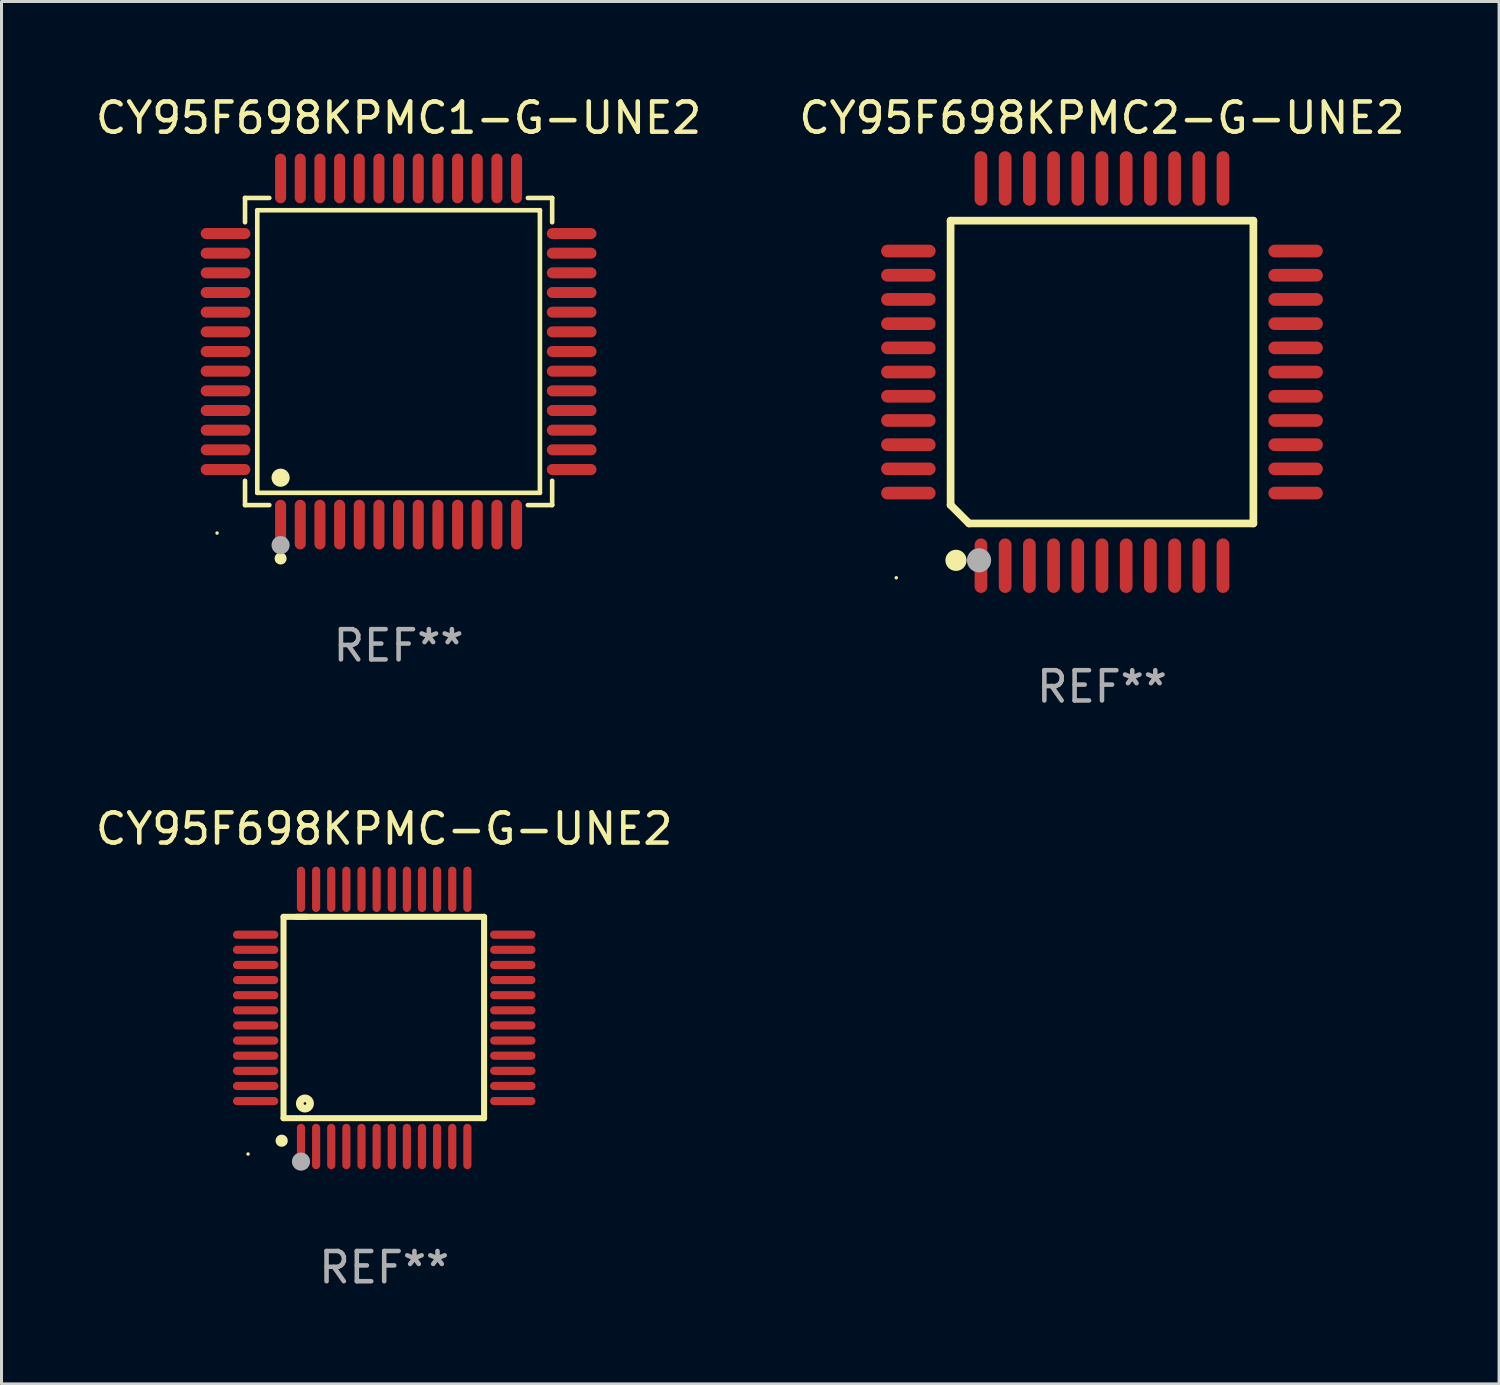
<source format=kicad_pcb>
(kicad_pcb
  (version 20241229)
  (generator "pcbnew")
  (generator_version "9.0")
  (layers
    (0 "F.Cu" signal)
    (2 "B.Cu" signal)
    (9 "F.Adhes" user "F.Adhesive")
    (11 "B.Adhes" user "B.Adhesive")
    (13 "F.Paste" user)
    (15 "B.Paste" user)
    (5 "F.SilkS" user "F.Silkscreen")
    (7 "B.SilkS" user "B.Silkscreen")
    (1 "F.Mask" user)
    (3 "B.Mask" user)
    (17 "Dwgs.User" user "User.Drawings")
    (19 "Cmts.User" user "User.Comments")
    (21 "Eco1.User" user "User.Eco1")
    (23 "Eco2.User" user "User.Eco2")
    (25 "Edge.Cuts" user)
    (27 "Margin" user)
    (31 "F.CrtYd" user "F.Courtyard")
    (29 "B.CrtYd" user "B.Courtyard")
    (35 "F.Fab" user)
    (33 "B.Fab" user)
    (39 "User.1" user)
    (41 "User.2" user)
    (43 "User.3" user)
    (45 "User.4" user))
  (footprint "CY95F698KPMC-G-UNE2"
    (layer "F.Cu")
    (at 9.649 30.595)
    (property "Reference" "CY95F698KPMC-G-UNE2" (at 0 -6.25 0) (layer "F.SilkS") (effects (font (size 1 1) (thickness 0.15))))
    (attr through_hole)
    (fp_line (start -3.327 -3.34) (end -2.565 -3.34) (stroke (width 0.2) (type solid)) (layer "F.SilkS"))
    (fp_line (start -3.327 3.315) (end -3.327 -3.34) (stroke (width 0.2) (type solid)) (layer "F.SilkS"))
    (fp_line (start -2.896 -3.34) (end 3.302 -3.34) (stroke (width 0.2) (type solid)) (layer "F.SilkS"))
    (fp_line (start 3.302 -3.34) (end 3.302 3.315) (stroke (width 0.2) (type solid)) (layer "F.SilkS"))
    (fp_line (start 3.302 3.315) (end -3.327 3.315) (stroke (width 0.2) (type solid)) (layer "F.SilkS"))
    (fp_arc (start -3.389992 4.059995) (mid -3.388722 4.059991) (end -3.387452 4.059995) (stroke (width 0.4) (type solid)) (layer "F.SilkS"))
    (fp_circle (center -4.5 4.5) (end -4.47 4.5) (stroke (width 0.06) (type solid)) (fill no) (layer "F.SilkS"))
    (fp_circle (center -2.62 2.83) (end -2.45 2.83) (stroke (width 0.254) (type solid)) (fill no) (layer "F.SilkS"))
    (fp_circle (center -2.75 4.75) (end -2.6 4.75) (stroke (width 0.3) (type solid)) (fill no) (layer "F.Fab"))
    (fp_text user "REF**" (at 0 8.25 0) (layer "F.Fab") (effects (font (size 1 1) (thickness 0.15))))
    (pad "1" smd oval (at -2.75 4.25) (size 0.27 1.5) (layers "F.Cu" "F.Mask" "F.Paste"))
    (pad "2" smd oval (at -2.25 4.25) (size 0.27 1.5) (layers "F.Cu" "F.Mask" "F.Paste"))
    (pad "3" smd oval (at -1.75 4.25) (size 0.27 1.5) (layers "F.Cu" "F.Mask" "F.Paste"))
    (pad "4" smd oval (at -1.25 4.25) (size 0.27 1.5) (layers "F.Cu" "F.Mask" "F.Paste"))
    (pad "5" smd oval (at -0.75 4.25) (size 0.27 1.5) (layers "F.Cu" "F.Mask" "F.Paste"))
    (pad "6" smd oval (at -0.25 4.25) (size 0.27 1.5) (layers "F.Cu" "F.Mask" "F.Paste"))
    (pad "7" smd oval (at 0.25 4.25) (size 0.27 1.5) (layers "F.Cu" "F.Mask" "F.Paste"))
    (pad "8" smd oval (at 0.75 4.25) (size 0.27 1.5) (layers "F.Cu" "F.Mask" "F.Paste"))
    (pad "9" smd oval (at 1.25 4.25) (size 0.27 1.5) (layers "F.Cu" "F.Mask" "F.Paste"))
    (pad "10" smd oval (at 1.75 4.25) (size 0.27 1.5) (layers "F.Cu" "F.Mask" "F.Paste"))
    (pad "11" smd oval (at 2.25 4.25) (size 0.27 1.5) (layers "F.Cu" "F.Mask" "F.Paste"))
    (pad "12" smd oval (at 2.75 4.25) (size 0.27 1.5) (layers "F.Cu" "F.Mask" "F.Paste"))
    (pad "13" smd oval (at 4.25 2.75) (size 1.5 0.27) (layers "F.Cu" "F.Mask" "F.Paste"))
    (pad "14" smd oval (at 4.25 2.25) (size 1.5 0.27) (layers "F.Cu" "F.Mask" "F.Paste"))
    (pad "15" smd oval (at 4.25 1.75) (size 1.5 0.27) (layers "F.Cu" "F.Mask" "F.Paste"))
    (pad "16" smd oval (at 4.25 1.25) (size 1.5 0.27) (layers "F.Cu" "F.Mask" "F.Paste"))
    (pad "17" smd oval (at 4.25 0.75) (size 1.5 0.27) (layers "F.Cu" "F.Mask" "F.Paste"))
    (pad "18" smd oval (at 4.25 0.25) (size 1.5 0.27) (layers "F.Cu" "F.Mask" "F.Paste"))
    (pad "19" smd oval (at 4.25 -0.25) (size 1.5 0.27) (layers "F.Cu" "F.Mask" "F.Paste"))
    (pad "20" smd oval (at 4.25 -0.75) (size 1.5 0.27) (layers "F.Cu" "F.Mask" "F.Paste"))
    (pad "21" smd oval (at 4.25 -1.25) (size 1.5 0.27) (layers "F.Cu" "F.Mask" "F.Paste"))
    (pad "22" smd oval (at 4.25 -1.75) (size 1.5 0.27) (layers "F.Cu" "F.Mask" "F.Paste"))
    (pad "23" smd oval (at 4.25 -2.25) (size 1.5 0.27) (layers "F.Cu" "F.Mask" "F.Paste"))
    (pad "24" smd oval (at 4.25 -2.75) (size 1.5 0.27) (layers "F.Cu" "F.Mask" "F.Paste"))
    (pad "25" smd oval (at 2.75 -4.25) (size 0.27 1.5) (layers "F.Cu" "F.Mask" "F.Paste"))
    (pad "26" smd oval (at 2.25 -4.25) (size 0.27 1.5) (layers "F.Cu" "F.Mask" "F.Paste"))
    (pad "27" smd oval (at 1.75 -4.25) (size 0.27 1.5) (layers "F.Cu" "F.Mask" "F.Paste"))
    (pad "28" smd oval (at 1.25 -4.25) (size 0.27 1.5) (layers "F.Cu" "F.Mask" "F.Paste"))
    (pad "29" smd oval (at 0.75 -4.25) (size 0.27 1.5) (layers "F.Cu" "F.Mask" "F.Paste"))
    (pad "30" smd oval (at 0.25 -4.25) (size 0.27 1.5) (layers "F.Cu" "F.Mask" "F.Paste"))
    (pad "31" smd oval (at -0.25 -4.25) (size 0.27 1.5) (layers "F.Cu" "F.Mask" "F.Paste"))
    (pad "32" smd oval (at -0.75 -4.25) (size 0.27 1.5) (layers "F.Cu" "F.Mask" "F.Paste"))
    (pad "33" smd oval (at -1.25 -4.25) (size 0.27 1.5) (layers "F.Cu" "F.Mask" "F.Paste"))
    (pad "34" smd oval (at -1.75 -4.25) (size 0.27 1.5) (layers "F.Cu" "F.Mask" "F.Paste"))
    (pad "35" smd oval (at -2.25 -4.25) (size 0.27 1.5) (layers "F.Cu" "F.Mask" "F.Paste"))
    (pad "36" smd oval (at -2.75 -4.25) (size 0.27 1.5) (layers "F.Cu" "F.Mask" "F.Paste"))
    (pad "37" smd oval (at -4.25 -2.75) (size 1.5 0.27) (layers "F.Cu" "F.Mask" "F.Paste"))
    (pad "38" smd oval (at -4.25 -2.25) (size 1.5 0.27) (layers "F.Cu" "F.Mask" "F.Paste"))
    (pad "39" smd oval (at -4.25 -1.75) (size 1.5 0.27) (layers "F.Cu" "F.Mask" "F.Paste"))
    (pad "40" smd oval (at -4.25 -1.25) (size 1.5 0.27) (layers "F.Cu" "F.Mask" "F.Paste"))
    (pad "41" smd oval (at -4.25 -0.75) (size 1.5 0.27) (layers "F.Cu" "F.Mask" "F.Paste"))
    (pad "42" smd oval (at -4.25 -0.25) (size 1.5 0.27) (layers "F.Cu" "F.Mask" "F.Paste"))
    (pad "43" smd oval (at -4.25 0.25) (size 1.5 0.27) (layers "F.Cu" "F.Mask" "F.Paste"))
    (pad "44" smd oval (at -4.25 0.75) (size 1.5 0.27) (layers "F.Cu" "F.Mask" "F.Paste"))
    (pad "45" smd oval (at -4.25 1.25) (size 1.5 0.27) (layers "F.Cu" "F.Mask" "F.Paste"))
    (pad "46" smd oval (at -4.25 1.75) (size 1.5 0.27) (layers "F.Cu" "F.Mask" "F.Paste"))
    (pad "47" smd oval (at -4.25 2.25) (size 1.5 0.27) (layers "F.Cu" "F.Mask" "F.Paste"))
    (pad "48" smd oval (at -4.25 2.75) (size 1.5 0.27) (layers "F.Cu" "F.Mask" "F.Paste")))
  (footprint "CY95F698KPMC1-G-UNE2"
    (layer "F.Cu")
    (at 10.125 8.569)
    (property "Reference" "CY95F698KPMC1-G-UNE2" (at 0 -7.721 0) (layer "F.SilkS") (effects (font (size 1 1) (thickness 0.15))))
    (attr through_hole)
    (fp_line (start -5.076 -5.076) (end -4.273 -5.076) (stroke (width 0.152) (type solid)) (layer "F.SilkS"))
    (fp_line (start -5.076 -4.273) (end -5.076 -5.076) (stroke (width 0.152) (type solid)) (layer "F.SilkS"))
    (fp_line (start -5.076 4.273) (end -5.076 5.076) (stroke (width 0.152) (type solid)) (layer "F.SilkS"))
    (fp_line (start -5.076 5.076) (end -4.273 5.076) (stroke (width 0.152) (type solid)) (layer "F.SilkS"))
    (fp_line (start -4.671 -4.671) (end 4.671 -4.671) (stroke (width 0.152) (type solid)) (layer "F.SilkS"))
    (fp_line (start -4.671 4.671) (end -4.671 -4.671) (stroke (width 0.152) (type solid)) (layer "F.SilkS"))
    (fp_line (start 4.671 -4.671) (end 4.671 4.671) (stroke (width 0.152) (type solid)) (layer "F.SilkS"))
    (fp_line (start 4.671 4.671) (end -4.671 4.671) (stroke (width 0.152) (type solid)) (layer "F.SilkS"))
    (fp_line (start 5.076 -5.076) (end 4.273 -5.076) (stroke (width 0.152) (type solid)) (layer "F.SilkS"))
    (fp_line (start 5.076 -4.273) (end 5.076 -5.076) (stroke (width 0.152) (type solid)) (layer "F.SilkS"))
    (fp_line (start 5.076 4.273) (end 5.076 5.076) (stroke (width 0.152) (type solid)) (layer "F.SilkS"))
    (fp_line (start 5.076 5.076) (end 4.273 5.076) (stroke (width 0.152) (type solid)) (layer "F.SilkS"))
    (fp_circle (center -6 6) (end -5.97 6) (stroke (width 0.06) (type solid)) (fill no) (layer "F.SilkS"))
    (fp_circle (center -3.9 4.171) (end -3.75 4.171) (stroke (width 0.3) (type solid)) (fill no) (layer "F.SilkS"))
    (fp_circle (center -3.9 6.842) (end -3.8 6.842) (stroke (width 0.2) (type solid)) (fill no) (layer "F.SilkS"))
    (fp_circle (center -3.9 6.4) (end -3.75 6.4) (stroke (width 0.3) (type solid)) (fill no) (layer "F.Fab"))
    (fp_text user "REF**" (at 0 9.721 0) (layer "F.Fab") (effects (font (size 1 1) (thickness 0.15))))
    (pad "1" smd oval (at -3.9 5.721) (size 0.364 1.642) (layers "F.Cu" "F.Mask" "F.Paste"))
    (pad "2" smd oval (at -3.25 5.721) (size 0.364 1.642) (layers "F.Cu" "F.Mask" "F.Paste"))
    (pad "3" smd oval (at -2.6 5.721) (size 0.364 1.642) (layers "F.Cu" "F.Mask" "F.Paste"))
    (pad "4" smd oval (at -1.95 5.721) (size 0.364 1.642) (layers "F.Cu" "F.Mask" "F.Paste"))
    (pad "5" smd oval (at -1.3 5.721) (size 0.364 1.642) (layers "F.Cu" "F.Mask" "F.Paste"))
    (pad "6" smd oval (at -0.65 5.721) (size 0.364 1.642) (layers "F.Cu" "F.Mask" "F.Paste"))
    (pad "7" smd oval (at 0 5.721) (size 0.364 1.642) (layers "F.Cu" "F.Mask" "F.Paste"))
    (pad "8" smd oval (at 0.65 5.721) (size 0.364 1.642) (layers "F.Cu" "F.Mask" "F.Paste"))
    (pad "9" smd oval (at 1.3 5.721) (size 0.364 1.642) (layers "F.Cu" "F.Mask" "F.Paste"))
    (pad "10" smd oval (at 1.95 5.721) (size 0.364 1.642) (layers "F.Cu" "F.Mask" "F.Paste"))
    (pad "11" smd oval (at 2.6 5.721) (size 0.364 1.642) (layers "F.Cu" "F.Mask" "F.Paste"))
    (pad "12" smd oval (at 3.25 5.721) (size 0.364 1.642) (layers "F.Cu" "F.Mask" "F.Paste"))
    (pad "13" smd oval (at 3.9 5.721) (size 0.364 1.642) (layers "F.Cu" "F.Mask" "F.Paste"))
    (pad "14" smd oval (at 5.721 3.9) (size 1.642 0.364) (layers "F.Cu" "F.Mask" "F.Paste"))
    (pad "15" smd oval (at 5.721 3.25) (size 1.642 0.364) (layers "F.Cu" "F.Mask" "F.Paste"))
    (pad "16" smd oval (at 5.721 2.6) (size 1.642 0.364) (layers "F.Cu" "F.Mask" "F.Paste"))
    (pad "17" smd oval (at 5.721 1.95) (size 1.642 0.364) (layers "F.Cu" "F.Mask" "F.Paste"))
    (pad "18" smd oval (at 5.721 1.3) (size 1.642 0.364) (layers "F.Cu" "F.Mask" "F.Paste"))
    (pad "19" smd oval (at 5.721 0.65) (size 1.642 0.364) (layers "F.Cu" "F.Mask" "F.Paste"))
    (pad "20" smd oval (at 5.721 0) (size 1.642 0.364) (layers "F.Cu" "F.Mask" "F.Paste"))
    (pad "21" smd oval (at 5.721 -0.65) (size 1.642 0.364) (layers "F.Cu" "F.Mask" "F.Paste"))
    (pad "22" smd oval (at 5.721 -1.3) (size 1.642 0.364) (layers "F.Cu" "F.Mask" "F.Paste"))
    (pad "23" smd oval (at 5.721 -1.95) (size 1.642 0.364) (layers "F.Cu" "F.Mask" "F.Paste"))
    (pad "24" smd oval (at 5.721 -2.6) (size 1.642 0.364) (layers "F.Cu" "F.Mask" "F.Paste"))
    (pad "25" smd oval (at 5.721 -3.25) (size 1.642 0.364) (layers "F.Cu" "F.Mask" "F.Paste"))
    (pad "26" smd oval (at 5.721 -3.9) (size 1.642 0.364) (layers "F.Cu" "F.Mask" "F.Paste"))
    (pad "27" smd oval (at 3.9 -5.721) (size 0.364 1.642) (layers "F.Cu" "F.Mask" "F.Paste"))
    (pad "28" smd oval (at 3.25 -5.721) (size 0.364 1.642) (layers "F.Cu" "F.Mask" "F.Paste"))
    (pad "29" smd oval (at 2.6 -5.721) (size 0.364 1.642) (layers "F.Cu" "F.Mask" "F.Paste"))
    (pad "30" smd oval (at 1.95 -5.721) (size 0.364 1.642) (layers "F.Cu" "F.Mask" "F.Paste"))
    (pad "31" smd oval (at 1.3 -5.721) (size 0.364 1.642) (layers "F.Cu" "F.Mask" "F.Paste"))
    (pad "32" smd oval (at 0.65 -5.721) (size 0.364 1.642) (layers "F.Cu" "F.Mask" "F.Paste"))
    (pad "33" smd oval (at 0 -5.721) (size 0.364 1.642) (layers "F.Cu" "F.Mask" "F.Paste"))
    (pad "34" smd oval (at -0.65 -5.721) (size 0.364 1.642) (layers "F.Cu" "F.Mask" "F.Paste"))
    (pad "35" smd oval (at -1.3 -5.721) (size 0.364 1.642) (layers "F.Cu" "F.Mask" "F.Paste"))
    (pad "36" smd oval (at -1.95 -5.721) (size 0.364 1.642) (layers "F.Cu" "F.Mask" "F.Paste"))
    (pad "37" smd oval (at -2.6 -5.721) (size 0.364 1.642) (layers "F.Cu" "F.Mask" "F.Paste"))
    (pad "38" smd oval (at -3.25 -5.721) (size 0.364 1.642) (layers "F.Cu" "F.Mask" "F.Paste"))
    (pad "39" smd oval (at -3.9 -5.721) (size 0.364 1.642) (layers "F.Cu" "F.Mask" "F.Paste"))
    (pad "40" smd oval (at -5.721 -3.9) (size 1.642 0.364) (layers "F.Cu" "F.Mask" "F.Paste"))
    (pad "41" smd oval (at -5.721 -3.25) (size 1.642 0.364) (layers "F.Cu" "F.Mask" "F.Paste"))
    (pad "42" smd oval (at -5.721 -2.6) (size 1.642 0.364) (layers "F.Cu" "F.Mask" "F.Paste"))
    (pad "43" smd oval (at -5.721 -1.95) (size 1.642 0.364) (layers "F.Cu" "F.Mask" "F.Paste"))
    (pad "44" smd oval (at -5.721 -1.3) (size 1.642 0.364) (layers "F.Cu" "F.Mask" "F.Paste"))
    (pad "45" smd oval (at -5.721 -0.65) (size 1.642 0.364) (layers "F.Cu" "F.Mask" "F.Paste"))
    (pad "46" smd oval (at -5.721 0) (size 1.642 0.364) (layers "F.Cu" "F.Mask" "F.Paste"))
    (pad "47" smd oval (at -5.721 0.65) (size 1.642 0.364) (layers "F.Cu" "F.Mask" "F.Paste"))
    (pad "48" smd oval (at -5.721 1.3) (size 1.642 0.364) (layers "F.Cu" "F.Mask" "F.Paste"))
    (pad "49" smd oval (at -5.721 1.95) (size 1.642 0.364) (layers "F.Cu" "F.Mask" "F.Paste"))
    (pad "50" smd oval (at -5.721 2.6) (size 1.642 0.364) (layers "F.Cu" "F.Mask" "F.Paste"))
    (pad "51" smd oval (at -5.721 3.25) (size 1.642 0.364) (layers "F.Cu" "F.Mask" "F.Paste"))
    (pad "52" smd oval (at -5.721 3.9) (size 1.642 0.364) (layers "F.Cu" "F.Mask" "F.Paste")))
  (footprint "CY95F698KPMC2-G-UNE2"
    (layer "F.Cu")
    (at 33.375 9.248)
    (property "Reference" "CY95F698KPMC2-G-UNE2" (at 0 -8.4 0) (layer "F.SilkS") (effects (font (size 1 1) (thickness 0.15))))
    (attr through_hole)
    (fp_line (start -5.004 -5.004) (end 5.004 -5.004) (stroke (width 0.254) (type solid)) (layer "F.SilkS"))
    (fp_line (start -5.004 4.394) (end -5.004 -5.004) (stroke (width 0.254) (type solid)) (layer "F.SilkS"))
    (fp_line (start -5.004 4.394) (end -4.394 5.004) (stroke (width 0.254) (type solid)) (layer "F.SilkS"))
    (fp_line (start -4.394 5.004) (end 5.004 5.004) (stroke (width 0.254) (type solid)) (layer "F.SilkS"))
    (fp_line (start 5.004 -5.004) (end 5.004 5.004) (stroke (width 0.254) (type solid)) (layer "F.SilkS"))
    (fp_circle (center -6.8 6.8) (end -6.77 6.8) (stroke (width 0.06) (type solid)) (fill no) (layer "F.SilkS"))
    (fp_circle (center -4.826 6.223) (end -4.651 6.223) (stroke (width 0.35) (type solid)) (fill no) (layer "F.SilkS"))
    (fp_circle (center -4.064 6.223) (end -3.864 6.223) (stroke (width 0.4) (type solid)) (fill no) (layer "F.Fab"))
    (fp_text user "REF**" (at 0 10.4 0) (layer "F.Fab") (effects (font (size 1 1) (thickness 0.15))))
    (pad "1" smd oval (at -4 6.4) (size 0.42 1.8) (layers "F.Cu" "F.Mask" "F.Paste"))
    (pad "2" smd oval (at -3.2 6.4) (size 0.42 1.8) (layers "F.Cu" "F.Mask" "F.Paste"))
    (pad "3" smd oval (at -2.4 6.4) (size 0.42 1.8) (layers "F.Cu" "F.Mask" "F.Paste"))
    (pad "4" smd oval (at -1.6 6.4) (size 0.42 1.8) (layers "F.Cu" "F.Mask" "F.Paste"))
    (pad "5" smd oval (at -0.8 6.4) (size 0.42 1.8) (layers "F.Cu" "F.Mask" "F.Paste"))
    (pad "6" smd oval (at 0 6.4) (size 0.42 1.8) (layers "F.Cu" "F.Mask" "F.Paste"))
    (pad "7" smd oval (at 0.8 6.4) (size 0.42 1.8) (layers "F.Cu" "F.Mask" "F.Paste"))
    (pad "8" smd oval (at 1.6 6.4) (size 0.42 1.8) (layers "F.Cu" "F.Mask" "F.Paste"))
    (pad "9" smd oval (at 2.4 6.4) (size 0.42 1.8) (layers "F.Cu" "F.Mask" "F.Paste"))
    (pad "10" smd oval (at 3.2 6.4) (size 0.42 1.8) (layers "F.Cu" "F.Mask" "F.Paste"))
    (pad "11" smd oval (at 4 6.4) (size 0.42 1.8) (layers "F.Cu" "F.Mask" "F.Paste"))
    (pad "12" smd oval (at 6.4 4 90) (size 0.42 1.8) (layers "F.Cu" "F.Mask" "F.Paste"))
    (pad "13" smd oval (at 6.4 3.2 90) (size 0.42 1.8) (layers "F.Cu" "F.Mask" "F.Paste"))
    (pad "14" smd oval (at 6.4 2.4 90) (size 0.42 1.8) (layers "F.Cu" "F.Mask" "F.Paste"))
    (pad "15" smd oval (at 6.4 1.6 90) (size 0.42 1.8) (layers "F.Cu" "F.Mask" "F.Paste"))
    (pad "16" smd oval (at 6.4 0.8 90) (size 0.42 1.8) (layers "F.Cu" "F.Mask" "F.Paste"))
    (pad "17" smd oval (at 6.4 0 90) (size 0.42 1.8) (layers "F.Cu" "F.Mask" "F.Paste"))
    (pad "18" smd oval (at 6.4 -0.8 90) (size 0.42 1.8) (layers "F.Cu" "F.Mask" "F.Paste"))
    (pad "19" smd oval (at 6.4 -1.6 90) (size 0.42 1.8) (layers "F.Cu" "F.Mask" "F.Paste"))
    (pad "20" smd oval (at 6.4 -2.4 90) (size 0.42 1.8) (layers "F.Cu" "F.Mask" "F.Paste"))
    (pad "21" smd oval (at 6.4 -3.2 90) (size 0.42 1.8) (layers "F.Cu" "F.Mask" "F.Paste"))
    (pad "22" smd oval (at 6.4 -4 90) (size 0.42 1.8) (layers "F.Cu" "F.Mask" "F.Paste"))
    (pad "23" smd oval (at 4 -6.4 180) (size 0.42 1.8) (layers "F.Cu" "F.Mask" "F.Paste"))
    (pad "24" smd oval (at 3.2 -6.4 180) (size 0.42 1.8) (layers "F.Cu" "F.Mask" "F.Paste"))
    (pad "25" smd oval (at 2.4 -6.4 180) (size 0.42 1.8) (layers "F.Cu" "F.Mask" "F.Paste"))
    (pad "26" smd oval (at 1.6 -6.4 180) (size 0.42 1.8) (layers "F.Cu" "F.Mask" "F.Paste"))
    (pad "27" smd oval (at 0.8 -6.4 180) (size 0.42 1.8) (layers "F.Cu" "F.Mask" "F.Paste"))
    (pad "28" smd oval (at 0 -6.4 180) (size 0.42 1.8) (layers "F.Cu" "F.Mask" "F.Paste"))
    (pad "29" smd oval (at -0.8 -6.4 180) (size 0.42 1.8) (layers "F.Cu" "F.Mask" "F.Paste"))
    (pad "30" smd oval (at -1.6 -6.4 180) (size 0.42 1.8) (layers "F.Cu" "F.Mask" "F.Paste"))
    (pad "31" smd oval (at -2.4 -6.4 180) (size 0.42 1.8) (layers "F.Cu" "F.Mask" "F.Paste"))
    (pad "32" smd oval (at -3.2 -6.4 180) (size 0.42 1.8) (layers "F.Cu" "F.Mask" "F.Paste"))
    (pad "33" smd oval (at -4 -6.4 180) (size 0.42 1.8) (layers "F.Cu" "F.Mask" "F.Paste"))
    (pad "34" smd oval (at -6.4 -4 90) (size 0.42 1.8) (layers "F.Cu" "F.Mask" "F.Paste"))
    (pad "35" smd oval (at -6.4 -3.2 90) (size 0.42 1.8) (layers "F.Cu" "F.Mask" "F.Paste"))
    (pad "36" smd oval (at -6.4 -2.4 90) (size 0.42 1.8) (layers "F.Cu" "F.Mask" "F.Paste"))
    (pad "37" smd oval (at -6.4 -1.6 90) (size 0.42 1.8) (layers "F.Cu" "F.Mask" "F.Paste"))
    (pad "38" smd oval (at -6.4 -0.8 90) (size 0.42 1.8) (layers "F.Cu" "F.Mask" "F.Paste"))
    (pad "39" smd oval (at -6.4 0 90) (size 0.42 1.8) (layers "F.Cu" "F.Mask" "F.Paste"))
    (pad "40" smd oval (at -6.4 0.8 270) (size 0.42 1.8) (layers "F.Cu" "F.Mask" "F.Paste"))
    (pad "41" smd oval (at -6.4 1.6 270) (size 0.42 1.8) (layers "F.Cu" "F.Mask" "F.Paste"))
    (pad "42" smd oval (at -6.4 2.4 270) (size 0.42 1.8) (layers "F.Cu" "F.Mask" "F.Paste"))
    (pad "43" smd oval (at -6.4 3.2 270) (size 0.42 1.8) (layers "F.Cu" "F.Mask" "F.Paste"))
    (pad "44" smd oval (at -6.4 4 270) (size 0.42 1.8) (layers "F.Cu" "F.Mask" "F.Paste")))
  (gr_rect
    (start -3 -3)
    (end 46.5 42.693)
    (stroke (width 0.1) (type default))
    (fill no)
    (layer "Edge.Cuts")))
</source>
